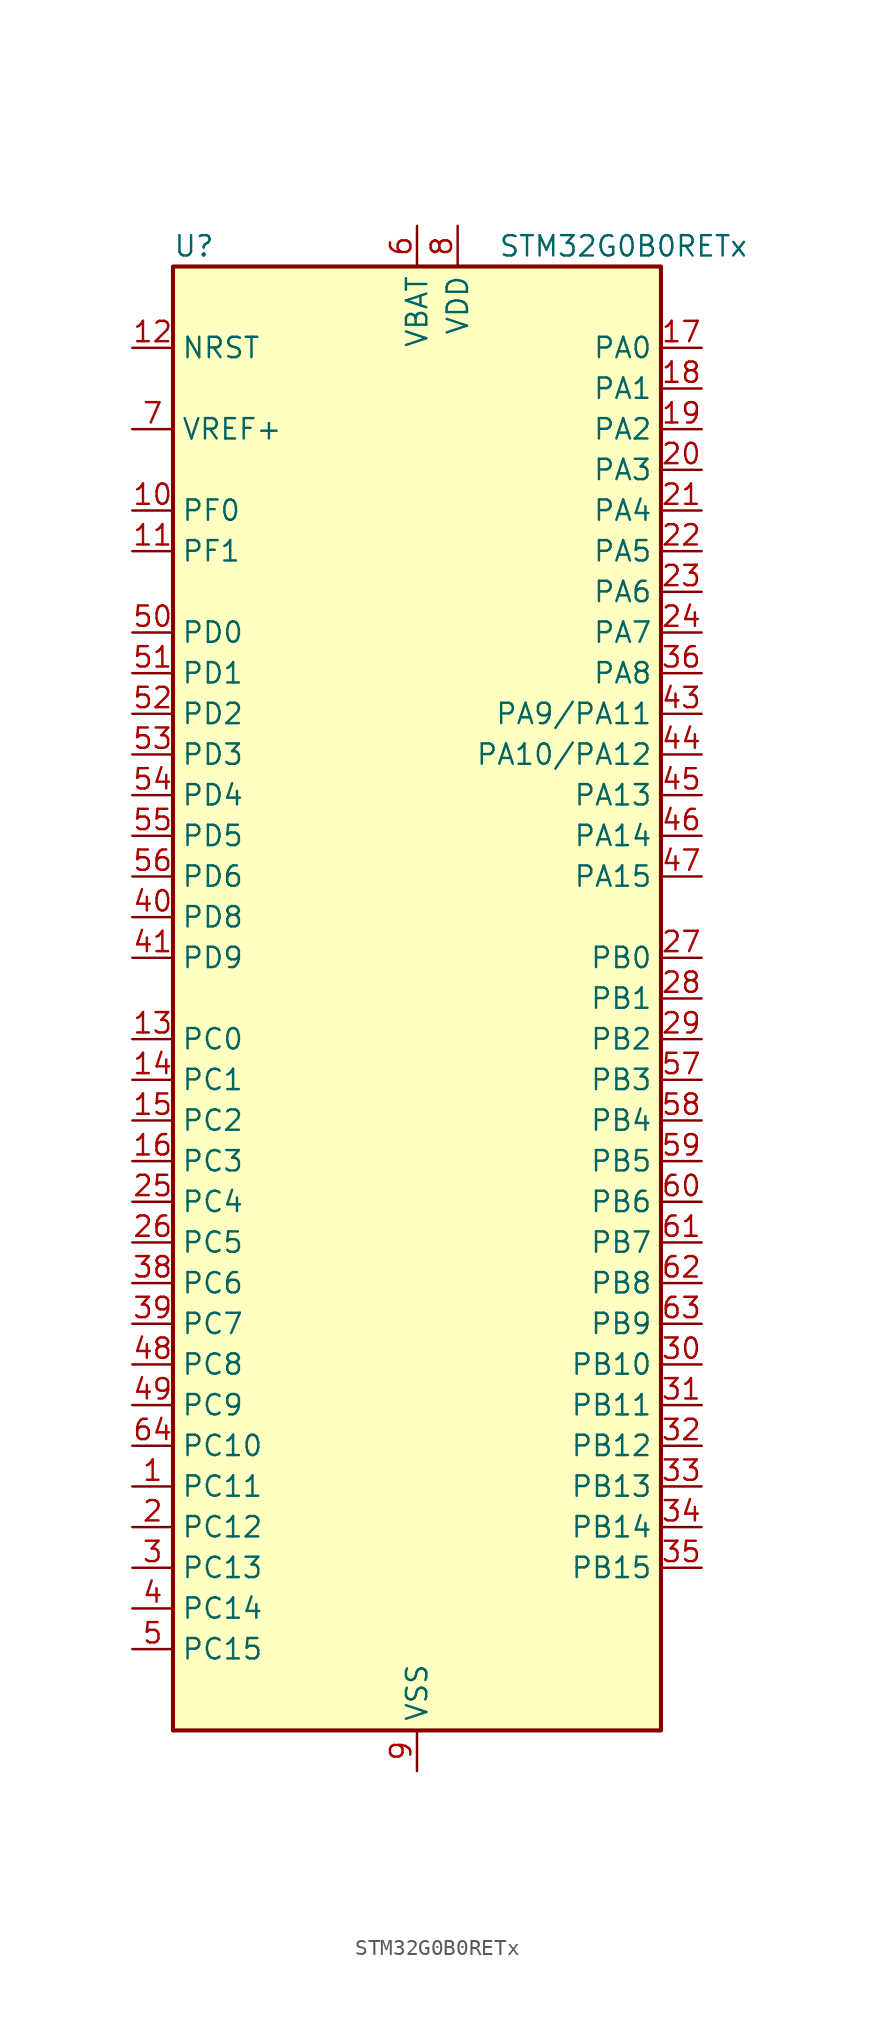
<source format=kicad_sym>
(kicad_symbol_lib
  (version 20231120)
  (generator "kicad-library-utils")
  (generator_version "8.0")
  (symbol "STM32G0B0RETx"
    (property "Reference" "U"
      (at -15.24 46.99 0)
      (effects (font (size 1.27 1.27)) (justify left)))
    (property "Value" "STM32G0B0RETx"
      (at 5.08 46.99 0)
      (effects (font (size 1.27 1.27)) (justify left)))
    (symbol "STM32G0B0RETx_0_1"
      (rectangle (start -15.24 -45.72) (end 15.24 45.72) (stroke (width 0.254) (type default)) (fill (type background))))
    (symbol "STM32G0B0RETx_1_1"
      (pin bidirectional line (at -17.78 -30.48 0) (length 2.54) (name "PC11" (effects (font (size 1.27 1.27)))) (number "1" (effects (font (size 1.27 1.27)))) (alternate "ADC1_EXTI11" bidirectional line) (alternate "SPI3_MISO" bidirectional line) (alternate "TIM1_CH4" bidirectional line) (alternate "USART3_RX" bidirectional line) (alternate "USART4_RX" bidirectional line))
      (pin bidirectional line (at -17.78 30.48 0) (length 2.54) (name "PF0" (effects (font (size 1.27 1.27)))) (number "10" (effects (font (size 1.27 1.27)))) (alternate "CRS1_SYNC" bidirectional line) (alternate "RCC_OSC_IN" bidirectional line) (alternate "TIM14_CH1" bidirectional line))
      (pin bidirectional line (at -17.78 27.94 0) (length 2.54) (name "PF1" (effects (font (size 1.27 1.27)))) (number "11" (effects (font (size 1.27 1.27)))) (alternate "RCC_OSC_EN" bidirectional line) (alternate "RCC_OSC_OUT" bidirectional line) (alternate "TIM15_CH1N" bidirectional line))
      (pin input line (at -17.78 40.64 0) (length 2.54) (name "NRST" (effects (font (size 1.27 1.27)))) (number "12" (effects (font (size 1.27 1.27)))))
      (pin bidirectional line (at -17.78 -2.54 0) (length 2.54) (name "PC0" (effects (font (size 1.27 1.27)))) (number "13" (effects (font (size 1.27 1.27)))) (alternate "I2C3_SCL" bidirectional line) (alternate "USART6_TX" bidirectional line))
      (pin bidirectional line (at -17.78 -5.08 0) (length 2.54) (name "PC1" (effects (font (size 1.27 1.27)))) (number "14" (effects (font (size 1.27 1.27)))) (alternate "I2C3_SDA" bidirectional line) (alternate "TIM15_CH1" bidirectional line) (alternate "USART6_RX" bidirectional line))
      (pin bidirectional line (at -17.78 -7.62 0) (length 2.54) (name "PC2" (effects (font (size 1.27 1.27)))) (number "15" (effects (font (size 1.27 1.27)))) (alternate "I2S2_MCK" bidirectional line) (alternate "SPI2_MISO" bidirectional line) (alternate "TIM15_CH2" bidirectional line))
      (pin bidirectional line (at -17.78 -10.16 0) (length 2.54) (name "PC3" (effects (font (size 1.27 1.27)))) (number "16" (effects (font (size 1.27 1.27)))) (alternate "I2S2_SD" bidirectional line) (alternate "SPI2_MOSI" bidirectional line))
      (pin bidirectional line (at 17.78 40.64 180) (length 2.54) (name "PA0" (effects (font (size 1.27 1.27)))) (number "17" (effects (font (size 1.27 1.27)))) (alternate "ADC1_IN0" bidirectional line) (alternate "I2S2_CK" bidirectional line) (alternate "RTC_TAMP_IN2" bidirectional line) (alternate "SPI2_SCK" bidirectional line) (alternate "SYS_WKUP1" bidirectional line) (alternate "USART2_CTS" bidirectional line) (alternate "USART2_NSS" bidirectional line) (alternate "USART4_TX" bidirectional line))
      (pin bidirectional line (at 17.78 38.1 180) (length 2.54) (name "PA1" (effects (font (size 1.27 1.27)))) (number "18" (effects (font (size 1.27 1.27)))) (alternate "ADC1_IN1" bidirectional line) (alternate "I2C1_SMBA" bidirectional line) (alternate "I2S1_CK" bidirectional line) (alternate "SPI1_SCK" bidirectional line) (alternate "TIM15_CH1N" bidirectional line) (alternate "USART2_CK" bidirectional line) (alternate "USART2_DE" bidirectional line) (alternate "USART2_RTS" bidirectional line) (alternate "USART4_RX" bidirectional line))
      (pin bidirectional line (at 17.78 35.56 180) (length 2.54) (name "PA2" (effects (font (size 1.27 1.27)))) (number "19" (effects (font (size 1.27 1.27)))) (alternate "ADC1_IN2" bidirectional line) (alternate "I2S1_SD" bidirectional line) (alternate "RCC_LSCO" bidirectional line) (alternate "SPI1_MOSI" bidirectional line) (alternate "SYS_WKUP4" bidirectional line) (alternate "TIM15_CH1" bidirectional line) (alternate "USART2_TX" bidirectional line))
      (pin bidirectional line (at -17.78 -33.02 0) (length 2.54) (name "PC12" (effects (font (size 1.27 1.27)))) (number "2" (effects (font (size 1.27 1.27)))) (alternate "SPI3_MOSI" bidirectional line) (alternate "TIM14_CH1" bidirectional line) (alternate "USART5_TX" bidirectional line))
      (pin bidirectional line (at 17.78 33.02 180) (length 2.54) (name "PA3" (effects (font (size 1.27 1.27)))) (number "20" (effects (font (size 1.27 1.27)))) (alternate "ADC1_IN3" bidirectional line) (alternate "I2S2_MCK" bidirectional line) (alternate "SPI2_MISO" bidirectional line) (alternate "TIM15_CH2" bidirectional line) (alternate "USART2_RX" bidirectional line))
      (pin bidirectional line (at 17.78 30.48 180) (length 2.54) (name "PA4" (effects (font (size 1.27 1.27)))) (number "21" (effects (font (size 1.27 1.27)))) (alternate "ADC1_IN4" bidirectional line) (alternate "I2S1_WS" bidirectional line) (alternate "I2S2_SD" bidirectional line) (alternate "RTC_OUT2" bidirectional line) (alternate "SPI1_NSS" bidirectional line) (alternate "SPI2_MOSI" bidirectional line) (alternate "SPI3_NSS" bidirectional line) (alternate "TIM14_CH1" bidirectional line) (alternate "USART6_TX" bidirectional line) (alternate "USB_NOE" bidirectional line))
      (pin bidirectional line (at 17.78 27.94 180) (length 2.54) (name "PA5" (effects (font (size 1.27 1.27)))) (number "22" (effects (font (size 1.27 1.27)))) (alternate "ADC1_IN5" bidirectional line) (alternate "I2S1_CK" bidirectional line) (alternate "SPI1_SCK" bidirectional line) (alternate "USART3_TX" bidirectional line) (alternate "USART6_RX" bidirectional line))
      (pin bidirectional line (at 17.78 25.4 180) (length 2.54) (name "PA6" (effects (font (size 1.27 1.27)))) (number "23" (effects (font (size 1.27 1.27)))) (alternate "ADC1_IN6" bidirectional line) (alternate "I2C2_SDA" bidirectional line) (alternate "I2C3_SDA" bidirectional line) (alternate "I2S1_MCK" bidirectional line) (alternate "SPI1_MISO" bidirectional line) (alternate "TIM16_CH1" bidirectional line) (alternate "TIM1_BK" bidirectional line) (alternate "TIM3_CH1" bidirectional line) (alternate "USART3_CTS" bidirectional line) (alternate "USART3_NSS" bidirectional line) (alternate "USART6_CTS" bidirectional line) (alternate "USART6_NSS" bidirectional line))
      (pin bidirectional line (at 17.78 22.86 180) (length 2.54) (name "PA7" (effects (font (size 1.27 1.27)))) (number "24" (effects (font (size 1.27 1.27)))) (alternate "ADC1_IN7" bidirectional line) (alternate "I2C2_SCL" bidirectional line) (alternate "I2C3_SCL" bidirectional line) (alternate "I2S1_SD" bidirectional line) (alternate "SPI1_MOSI" bidirectional line) (alternate "TIM14_CH1" bidirectional line) (alternate "TIM17_CH1" bidirectional line) (alternate "TIM1_CH1N" bidirectional line) (alternate "TIM3_CH2" bidirectional line) (alternate "USART6_CK" bidirectional line) (alternate "USART6_DE" bidirectional line) (alternate "USART6_RTS" bidirectional line))
      (pin bidirectional line (at -17.78 -12.7 0) (length 2.54) (name "PC4" (effects (font (size 1.27 1.27)))) (number "25" (effects (font (size 1.27 1.27)))) (alternate "ADC1_IN17" bidirectional line) (alternate "USART1_TX" bidirectional line) (alternate "USART3_TX" bidirectional line))
      (pin bidirectional line (at -17.78 -15.24 0) (length 2.54) (name "PC5" (effects (font (size 1.27 1.27)))) (number "26" (effects (font (size 1.27 1.27)))) (alternate "ADC1_IN18" bidirectional line) (alternate "SYS_WKUP5" bidirectional line) (alternate "USART1_RX" bidirectional line) (alternate "USART3_RX" bidirectional line))
      (pin bidirectional line (at 17.78 2.54 180) (length 2.54) (name "PB0" (effects (font (size 1.27 1.27)))) (number "27" (effects (font (size 1.27 1.27)))) (alternate "ADC1_IN8" bidirectional line) (alternate "I2S1_WS" bidirectional line) (alternate "SPI1_NSS" bidirectional line) (alternate "TIM1_CH2N" bidirectional line) (alternate "TIM3_CH3" bidirectional line) (alternate "USART3_RX" bidirectional line) (alternate "USART5_TX" bidirectional line))
      (pin bidirectional line (at 17.78 0 180) (length 2.54) (name "PB1" (effects (font (size 1.27 1.27)))) (number "28" (effects (font (size 1.27 1.27)))) (alternate "ADC1_IN9" bidirectional line) (alternate "TIM14_CH1" bidirectional line) (alternate "TIM1_CH3N" bidirectional line) (alternate "TIM3_CH4" bidirectional line) (alternate "USART3_CK" bidirectional line) (alternate "USART3_DE" bidirectional line) (alternate "USART3_RTS" bidirectional line) (alternate "USART5_RX" bidirectional line))
      (pin bidirectional line (at 17.78 -2.54 180) (length 2.54) (name "PB2" (effects (font (size 1.27 1.27)))) (number "29" (effects (font (size 1.27 1.27)))) (alternate "ADC1_IN10" bidirectional line) (alternate "I2S2_MCK" bidirectional line) (alternate "RCC_MCO_2" bidirectional line) (alternate "SPI2_MISO" bidirectional line) (alternate "USART3_TX" bidirectional line))
      (pin bidirectional line (at -17.78 -35.56 0) (length 2.54) (name "PC13" (effects (font (size 1.27 1.27)))) (number "3" (effects (font (size 1.27 1.27)))) (alternate "RTC_OUT1" bidirectional line) (alternate "RTC_TAMP_IN1" bidirectional line) (alternate "RTC_TS" bidirectional line) (alternate "SYS_WKUP2" bidirectional line) (alternate "TIM1_BK" bidirectional line))
      (pin bidirectional line (at 17.78 -22.86 180) (length 2.54) (name "PB10" (effects (font (size 1.27 1.27)))) (number "30" (effects (font (size 1.27 1.27)))) (alternate "ADC1_IN11" bidirectional line) (alternate "I2C2_SCL" bidirectional line) (alternate "I2S2_CK" bidirectional line) (alternate "SPI2_SCK" bidirectional line) (alternate "USART3_TX" bidirectional line))
      (pin bidirectional line (at 17.78 -25.4 180) (length 2.54) (name "PB11" (effects (font (size 1.27 1.27)))) (number "31" (effects (font (size 1.27 1.27)))) (alternate "ADC1_EXTI11" bidirectional line) (alternate "ADC1_IN15" bidirectional line) (alternate "I2C2_SDA" bidirectional line) (alternate "I2S2_SD" bidirectional line) (alternate "SPI2_MOSI" bidirectional line) (alternate "USART3_RX" bidirectional line))
      (pin bidirectional line (at 17.78 -27.94 180) (length 2.54) (name "PB12" (effects (font (size 1.27 1.27)))) (number "32" (effects (font (size 1.27 1.27)))) (alternate "ADC1_IN16" bidirectional line) (alternate "I2C2_SMBA" bidirectional line) (alternate "I2S2_WS" bidirectional line) (alternate "SPI2_NSS" bidirectional line) (alternate "TIM15_BK" bidirectional line) (alternate "TIM1_BK" bidirectional line))
      (pin bidirectional line (at 17.78 -30.48 180) (length 2.54) (name "PB13" (effects (font (size 1.27 1.27)))) (number "33" (effects (font (size 1.27 1.27)))) (alternate "I2C2_SCL" bidirectional line) (alternate "I2S2_CK" bidirectional line) (alternate "SPI2_SCK" bidirectional line) (alternate "TIM15_CH1N" bidirectional line) (alternate "TIM1_CH1N" bidirectional line) (alternate "USART3_CTS" bidirectional line) (alternate "USART3_NSS" bidirectional line))
      (pin bidirectional line (at 17.78 -33.02 180) (length 2.54) (name "PB14" (effects (font (size 1.27 1.27)))) (number "34" (effects (font (size 1.27 1.27)))) (alternate "I2C2_SDA" bidirectional line) (alternate "I2S2_MCK" bidirectional line) (alternate "SPI2_MISO" bidirectional line) (alternate "TIM15_CH1" bidirectional line) (alternate "TIM1_CH2N" bidirectional line) (alternate "USART3_CK" bidirectional line) (alternate "USART3_DE" bidirectional line) (alternate "USART3_RTS" bidirectional line) (alternate "USART6_CK" bidirectional line) (alternate "USART6_DE" bidirectional line) (alternate "USART6_RTS" bidirectional line))
      (pin bidirectional line (at 17.78 -35.56 180) (length 2.54) (name "PB15" (effects (font (size 1.27 1.27)))) (number "35" (effects (font (size 1.27 1.27)))) (alternate "I2S2_SD" bidirectional line) (alternate "RTC_REFIN" bidirectional line) (alternate "SPI2_MOSI" bidirectional line) (alternate "TIM15_CH1N" bidirectional line) (alternate "TIM15_CH2" bidirectional line) (alternate "TIM1_CH3N" bidirectional line) (alternate "USART6_CTS" bidirectional line) (alternate "USART6_NSS" bidirectional line))
      (pin bidirectional line (at 17.78 20.32 180) (length 2.54) (name "PA8" (effects (font (size 1.27 1.27)))) (number "36" (effects (font (size 1.27 1.27)))) (alternate "CRS1_SYNC" bidirectional line) (alternate "I2C2_SMBA" bidirectional line) (alternate "I2S2_WS" bidirectional line) (alternate "RCC_MCO" bidirectional line) (alternate "SPI2_NSS" bidirectional line) (alternate "TIM1_CH1" bidirectional line))
      (pin no_connect line (at -15.24 -45.72 0) (length 2.54) hide (name "NC/PA9" (effects (font (size 1.27 1.27)))) (number "37" (effects (font (size 1.27 1.27)))) (alternate "NC" bidirectional line) (alternate "PA9" bidirectional line) (alternate "I2C1_SCL (PA9)" bidirectional line) (alternate "I2C2_SCL (PA9)" bidirectional line) (alternate "I2S2_MCK (PA9)" bidirectional line) (alternate "RCC_MCO (PA9)" bidirectional line) (alternate "SPI2_MISO (PA9)" bidirectional line) (alternate "TIM15_BK (PA9)" bidirectional line) (alternate "TIM1_CH2 (PA9)" bidirectional line) (alternate "USART1_TX (PA9)" bidirectional line))
      (pin bidirectional line (at -17.78 -17.78 0) (length 2.54) (name "PC6" (effects (font (size 1.27 1.27)))) (number "38" (effects (font (size 1.27 1.27)))) (alternate "TIM3_CH1" bidirectional line))
      (pin bidirectional line (at -17.78 -20.32 0) (length 2.54) (name "PC7" (effects (font (size 1.27 1.27)))) (number "39" (effects (font (size 1.27 1.27)))) (alternate "TIM3_CH2" bidirectional line))
      (pin bidirectional line (at -17.78 -38.1 0) (length 2.54) (name "PC14" (effects (font (size 1.27 1.27)))) (number "4" (effects (font (size 1.27 1.27)))) (alternate "RCC_OSC32_IN" bidirectional line) (alternate "TIM1_BK2" bidirectional line))
      (pin bidirectional line (at -17.78 5.08 0) (length 2.54) (name "PD8" (effects (font (size 1.27 1.27)))) (number "40" (effects (font (size 1.27 1.27)))) (alternate "I2S1_CK" bidirectional line) (alternate "SPI1_SCK" bidirectional line) (alternate "USART3_TX" bidirectional line))
      (pin bidirectional line (at -17.78 2.54 0) (length 2.54) (name "PD9" (effects (font (size 1.27 1.27)))) (number "41" (effects (font (size 1.27 1.27)))) (alternate "I2S1_WS" bidirectional line) (alternate "SPI1_NSS" bidirectional line) (alternate "TIM1_BK2" bidirectional line) (alternate "USART3_RX" bidirectional line))
      (pin no_connect line (at -15.24 -43.18 0) (length 2.54) hide (name "NC/PA10" (effects (font (size 1.27 1.27)))) (number "42" (effects (font (size 1.27 1.27)))) (alternate "NC" bidirectional line) (alternate "PA10" bidirectional line) (alternate "I2C1_SDA (PA10)" bidirectional line) (alternate "I2C2_SDA (PA10)" bidirectional line) (alternate "I2S2_SD (PA10)" bidirectional line) (alternate "RCC_MCO_2 (PA10)" bidirectional line) (alternate "SPI2_MOSI (PA10)" bidirectional line) (alternate "TIM17_BK (PA10)" bidirectional line) (alternate "TIM1_CH3 (PA10)" bidirectional line) (alternate "USART1_RX (PA10)" bidirectional line))
      (pin bidirectional line (at 17.78 17.78 180) (length 2.54) (name "PA9/PA11" (effects (font (size 1.27 1.27)))) (number "43" (effects (font (size 1.27 1.27)))) (alternate "PA9" bidirectional line) (alternate "I2C1_SCL (PA9)" bidirectional line) (alternate "I2C2_SCL (PA9)" bidirectional line) (alternate "I2S2_MCK (PA9)" bidirectional line) (alternate "RCC_MCO (PA9)" bidirectional line) (alternate "SPI2_MISO (PA9)" bidirectional line) (alternate "TIM15_BK (PA9)" bidirectional line) (alternate "TIM1_CH2 (PA9)" bidirectional line) (alternate "USART1_TX (PA9)" bidirectional line) (alternate "PA11" bidirectional line) (alternate "ADC1_EXTI11 (PA11)" bidirectional line) (alternate "I2C2_SCL (PA11)" bidirectional line) (alternate "I2S1_MCK (PA11)" bidirectional line) (alternate "SPI1_MISO (PA11)" bidirectional line) (alternate "TIM1_BK2 (PA11)" bidirectional line) (alternate "TIM1_CH4 (PA11)" bidirectional line) (alternate "USART1_CTS (PA11)" bidirectional line) (alternate "USART1_NSS (PA11)" bidirectional line) (alternate "USB_DM (PA11)" bidirectional line))
      (pin bidirectional line (at 17.78 15.24 180) (length 2.54) (name "PA10/PA12" (effects (font (size 1.27 1.27)))) (number "44" (effects (font (size 1.27 1.27)))) (alternate "PA10" bidirectional line) (alternate "I2C1_SDA (PA10)" bidirectional line) (alternate "I2C2_SDA (PA10)" bidirectional line) (alternate "I2S2_SD (PA10)" bidirectional line) (alternate "RCC_MCO_2 (PA10)" bidirectional line) (alternate "SPI2_MOSI (PA10)" bidirectional line) (alternate "TIM17_BK (PA10)" bidirectional line) (alternate "TIM1_CH3 (PA10)" bidirectional line) (alternate "USART1_RX (PA10)" bidirectional line) (alternate "PA12" bidirectional line) (alternate "I2C2_SDA (PA12)" bidirectional line) (alternate "I2S1_SD (PA12)" bidirectional line) (alternate "I2S_CKIN (PA12)" bidirectional line) (alternate "SPI1_MOSI (PA12)" bidirectional line) (alternate "TIM1_ETR (PA12)" bidirectional line) (alternate "USART1_CK (PA12)" bidirectional line) (alternate "USART1_DE (PA12)" bidirectional line) (alternate "USART1_RTS (PA12)" bidirectional line) (alternate "USB_DP (PA12)" bidirectional line))
      (pin bidirectional line (at 17.78 12.7 180) (length 2.54) (name "PA13" (effects (font (size 1.27 1.27)))) (number "45" (effects (font (size 1.27 1.27)))) (alternate "IR_OUT" bidirectional line) (alternate "SYS_SWDIO" bidirectional line) (alternate "USB_NOE" bidirectional line))
      (pin bidirectional line (at 17.78 10.16 180) (length 2.54) (name "PA14" (effects (font (size 1.27 1.27)))) (number "46" (effects (font (size 1.27 1.27)))) (alternate "SYS_SWCLK" bidirectional line) (alternate "USART2_TX" bidirectional line))
      (pin bidirectional line (at 17.78 7.62 180) (length 2.54) (name "PA15" (effects (font (size 1.27 1.27)))) (number "47" (effects (font (size 1.27 1.27)))) (alternate "I2C2_SMBA" bidirectional line) (alternate "I2S1_WS" bidirectional line) (alternate "RCC_MCO_2" bidirectional line) (alternate "SPI1_NSS" bidirectional line) (alternate "SPI3_NSS" bidirectional line) (alternate "USART2_RX" bidirectional line) (alternate "USART3_CK" bidirectional line) (alternate "USART3_DE" bidirectional line) (alternate "USART3_RTS" bidirectional line) (alternate "USART4_CK" bidirectional line) (alternate "USART4_DE" bidirectional line) (alternate "USART4_RTS" bidirectional line) (alternate "USB_NOE" bidirectional line))
      (pin bidirectional line (at -17.78 -22.86 0) (length 2.54) (name "PC8" (effects (font (size 1.27 1.27)))) (number "48" (effects (font (size 1.27 1.27)))) (alternate "TIM1_CH1" bidirectional line) (alternate "TIM3_CH3" bidirectional line))
      (pin bidirectional line (at -17.78 -25.4 0) (length 2.54) (name "PC9" (effects (font (size 1.27 1.27)))) (number "49" (effects (font (size 1.27 1.27)))) (alternate "I2S_CKIN" bidirectional line) (alternate "TIM1_CH2" bidirectional line) (alternate "TIM3_CH4" bidirectional line) (alternate "USB_NOE" bidirectional line))
      (pin bidirectional line (at -17.78 -40.64 0) (length 2.54) (name "PC15" (effects (font (size 1.27 1.27)))) (number "5" (effects (font (size 1.27 1.27)))) (alternate "RCC_OSC32_EN" bidirectional line) (alternate "RCC_OSC32_OUT" bidirectional line) (alternate "RCC_OSC_EN" bidirectional line) (alternate "TIM15_BK" bidirectional line))
      (pin bidirectional line (at -17.78 22.86 0) (length 2.54) (name "PD0" (effects (font (size 1.27 1.27)))) (number "50" (effects (font (size 1.27 1.27)))) (alternate "I2S2_WS" bidirectional line) (alternate "SPI2_NSS" bidirectional line) (alternate "TIM16_CH1" bidirectional line))
      (pin bidirectional line (at -17.78 20.32 0) (length 2.54) (name "PD1" (effects (font (size 1.27 1.27)))) (number "51" (effects (font (size 1.27 1.27)))) (alternate "I2S2_CK" bidirectional line) (alternate "SPI2_SCK" bidirectional line) (alternate "TIM17_CH1" bidirectional line))
      (pin bidirectional line (at -17.78 17.78 0) (length 2.54) (name "PD2" (effects (font (size 1.27 1.27)))) (number "52" (effects (font (size 1.27 1.27)))) (alternate "TIM1_CH1N" bidirectional line) (alternate "TIM3_ETR" bidirectional line) (alternate "USART3_CK" bidirectional line) (alternate "USART3_DE" bidirectional line) (alternate "USART3_RTS" bidirectional line) (alternate "USART5_RX" bidirectional line))
      (pin bidirectional line (at -17.78 15.24 0) (length 2.54) (name "PD3" (effects (font (size 1.27 1.27)))) (number "53" (effects (font (size 1.27 1.27)))) (alternate "I2S2_MCK" bidirectional line) (alternate "SPI2_MISO" bidirectional line) (alternate "TIM1_CH2N" bidirectional line) (alternate "USART2_CTS" bidirectional line) (alternate "USART2_NSS" bidirectional line) (alternate "USART5_TX" bidirectional line))
      (pin bidirectional line (at -17.78 12.7 0) (length 2.54) (name "PD4" (effects (font (size 1.27 1.27)))) (number "54" (effects (font (size 1.27 1.27)))) (alternate "I2S2_SD" bidirectional line) (alternate "SPI2_MOSI" bidirectional line) (alternate "TIM1_CH3N" bidirectional line) (alternate "USART2_CK" bidirectional line) (alternate "USART2_DE" bidirectional line) (alternate "USART2_RTS" bidirectional line) (alternate "USART5_CK" bidirectional line) (alternate "USART5_DE" bidirectional line) (alternate "USART5_RTS" bidirectional line))
      (pin bidirectional line (at -17.78 10.16 0) (length 2.54) (name "PD5" (effects (font (size 1.27 1.27)))) (number "55" (effects (font (size 1.27 1.27)))) (alternate "I2S1_MCK" bidirectional line) (alternate "SPI1_MISO" bidirectional line) (alternate "TIM1_BK" bidirectional line) (alternate "USART2_TX" bidirectional line) (alternate "USART5_CTS" bidirectional line) (alternate "USART5_NSS" bidirectional line))
      (pin bidirectional line (at -17.78 7.62 0) (length 2.54) (name "PD6" (effects (font (size 1.27 1.27)))) (number "56" (effects (font (size 1.27 1.27)))) (alternate "I2S1_SD" bidirectional line) (alternate "SPI1_MOSI" bidirectional line) (alternate "USART2_RX" bidirectional line))
      (pin bidirectional line (at 17.78 -5.08 180) (length 2.54) (name "PB3" (effects (font (size 1.27 1.27)))) (number "57" (effects (font (size 1.27 1.27)))) (alternate "I2C2_SCL" bidirectional line) (alternate "I2C3_SCL" bidirectional line) (alternate "I2S1_CK" bidirectional line) (alternate "SPI1_SCK" bidirectional line) (alternate "SPI3_SCK" bidirectional line) (alternate "TIM1_CH2" bidirectional line) (alternate "USART1_CK" bidirectional line) (alternate "USART1_DE" bidirectional line) (alternate "USART1_RTS" bidirectional line) (alternate "USART5_TX" bidirectional line))
      (pin bidirectional line (at 17.78 -7.62 180) (length 2.54) (name "PB4" (effects (font (size 1.27 1.27)))) (number "58" (effects (font (size 1.27 1.27)))) (alternate "I2C2_SDA" bidirectional line) (alternate "I2C3_SDA" bidirectional line) (alternate "I2S1_MCK" bidirectional line) (alternate "SPI1_MISO" bidirectional line) (alternate "SPI3_MISO" bidirectional line) (alternate "TIM17_BK" bidirectional line) (alternate "TIM3_CH1" bidirectional line) (alternate "USART1_CTS" bidirectional line) (alternate "USART1_NSS" bidirectional line) (alternate "USART5_RX" bidirectional line))
      (pin bidirectional line (at 17.78 -10.16 180) (length 2.54) (name "PB5" (effects (font (size 1.27 1.27)))) (number "59" (effects (font (size 1.27 1.27)))) (alternate "I2C1_SMBA" bidirectional line) (alternate "I2S1_SD" bidirectional line) (alternate "SPI1_MOSI" bidirectional line) (alternate "SPI3_MOSI" bidirectional line) (alternate "SYS_WKUP6" bidirectional line) (alternate "TIM16_BK" bidirectional line) (alternate "TIM3_CH2" bidirectional line) (alternate "USART5_CK" bidirectional line) (alternate "USART5_DE" bidirectional line) (alternate "USART5_RTS" bidirectional line))
      (pin power_in line (at 0 48.26 270) (length 2.54) (name "VBAT" (effects (font (size 1.27 1.27)))) (number "6" (effects (font (size 1.27 1.27)))))
      (pin bidirectional line (at 17.78 -12.7 180) (length 2.54) (name "PB6" (effects (font (size 1.27 1.27)))) (number "60" (effects (font (size 1.27 1.27)))) (alternate "I2C1_SCL" bidirectional line) (alternate "I2S2_MCK" bidirectional line) (alternate "SPI2_MISO" bidirectional line) (alternate "TIM16_CH1N" bidirectional line) (alternate "TIM1_CH3" bidirectional line) (alternate "TIM4_CH1" bidirectional line) (alternate "USART1_TX" bidirectional line) (alternate "USART5_CTS" bidirectional line) (alternate "USART5_NSS" bidirectional line))
      (pin bidirectional line (at 17.78 -15.24 180) (length 2.54) (name "PB7" (effects (font (size 1.27 1.27)))) (number "61" (effects (font (size 1.27 1.27)))) (alternate "I2C1_SDA" bidirectional line) (alternate "I2S2_SD" bidirectional line) (alternate "SPI2_MOSI" bidirectional line) (alternate "TIM17_CH1N" bidirectional line) (alternate "TIM4_CH2" bidirectional line) (alternate "USART1_RX" bidirectional line) (alternate "USART4_CTS" bidirectional line) (alternate "USART4_NSS" bidirectional line))
      (pin bidirectional line (at 17.78 -17.78 180) (length 2.54) (name "PB8" (effects (font (size 1.27 1.27)))) (number "62" (effects (font (size 1.27 1.27)))) (alternate "I2C1_SCL" bidirectional line) (alternate "I2S2_CK" bidirectional line) (alternate "SPI2_SCK" bidirectional line) (alternate "TIM15_BK" bidirectional line) (alternate "TIM16_CH1" bidirectional line) (alternate "TIM4_CH3" bidirectional line) (alternate "USART3_TX" bidirectional line) (alternate "USART6_TX" bidirectional line))
      (pin bidirectional line (at 17.78 -20.32 180) (length 2.54) (name "PB9" (effects (font (size 1.27 1.27)))) (number "63" (effects (font (size 1.27 1.27)))) (alternate "I2C1_SDA" bidirectional line) (alternate "I2S2_WS" bidirectional line) (alternate "IR_OUT" bidirectional line) (alternate "SPI2_NSS" bidirectional line) (alternate "TIM17_CH1" bidirectional line) (alternate "TIM4_CH4" bidirectional line) (alternate "USART3_RX" bidirectional line) (alternate "USART6_RX" bidirectional line))
      (pin bidirectional line (at -17.78 -27.94 0) (length 2.54) (name "PC10" (effects (font (size 1.27 1.27)))) (number "64" (effects (font (size 1.27 1.27)))) (alternate "SPI3_SCK" bidirectional line) (alternate "TIM1_CH3" bidirectional line) (alternate "USART3_TX" bidirectional line) (alternate "USART4_TX" bidirectional line))
      (pin input line (at -17.78 35.56 0) (length 2.54) (name "VREF+" (effects (font (size 1.27 1.27)))) (number "7" (effects (font (size 1.27 1.27)))))
      (pin power_in line (at 2.54 48.26 270) (length 2.54) (name "VDD" (effects (font (size 1.27 1.27)))) (number "8" (effects (font (size 1.27 1.27)))))
      (pin power_in line (at 0 -48.26 90) (length 2.54) (name "VSS" (effects (font (size 1.27 1.27)))) (number "9" (effects (font (size 1.27 1.27))))))))
</source>
